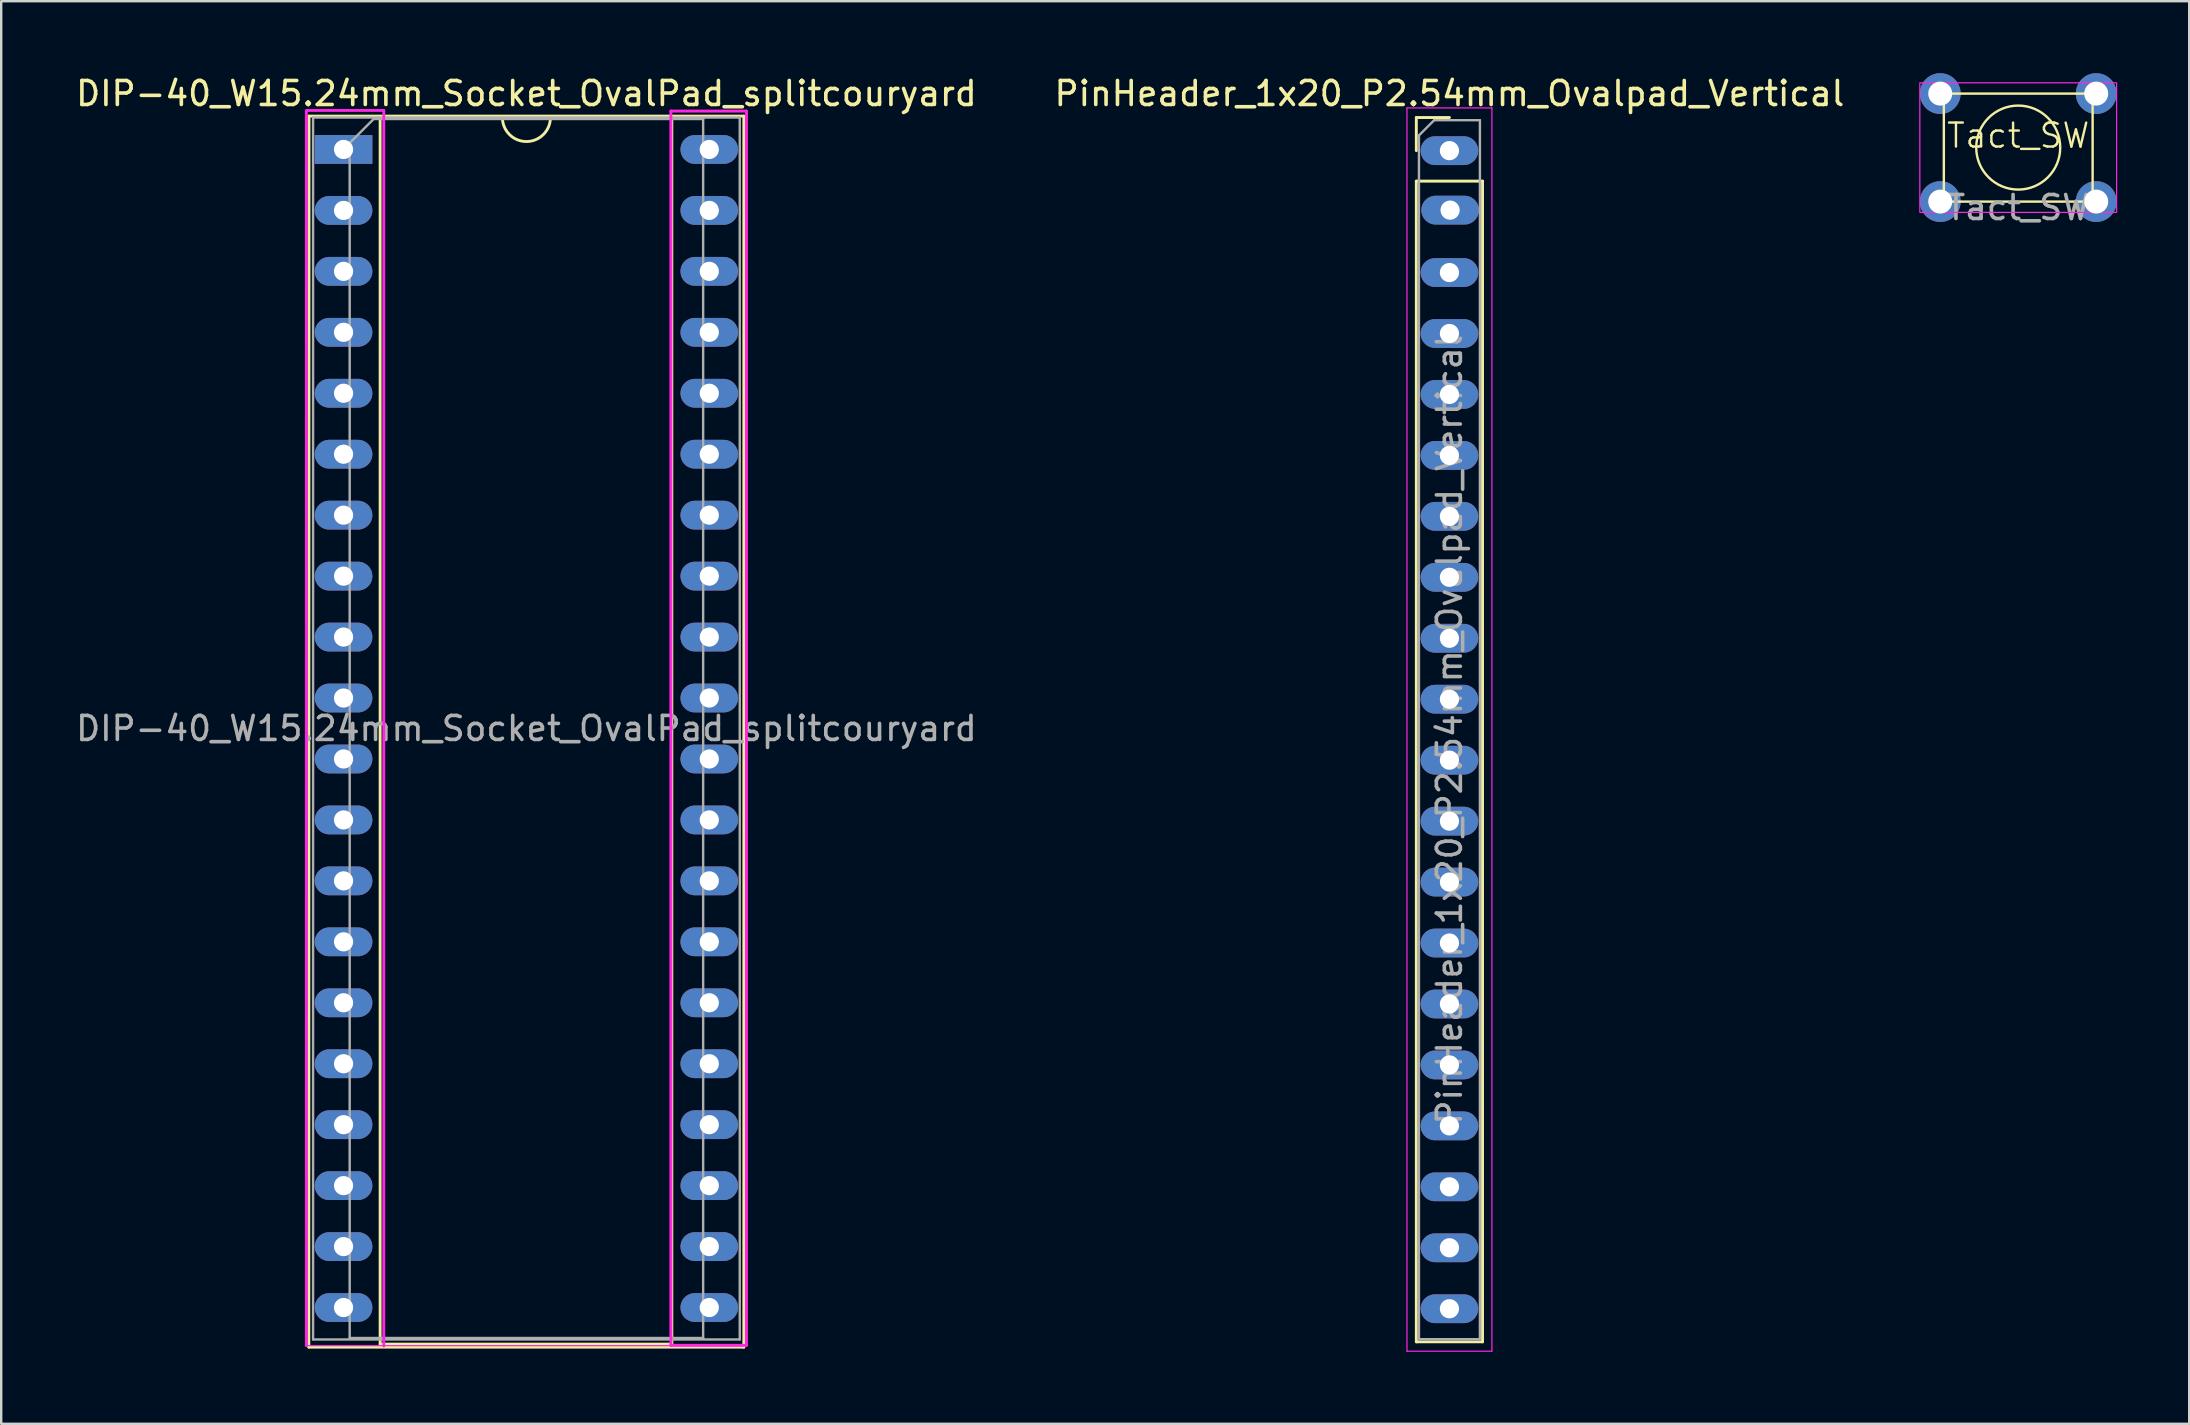
<source format=kicad_pcb>
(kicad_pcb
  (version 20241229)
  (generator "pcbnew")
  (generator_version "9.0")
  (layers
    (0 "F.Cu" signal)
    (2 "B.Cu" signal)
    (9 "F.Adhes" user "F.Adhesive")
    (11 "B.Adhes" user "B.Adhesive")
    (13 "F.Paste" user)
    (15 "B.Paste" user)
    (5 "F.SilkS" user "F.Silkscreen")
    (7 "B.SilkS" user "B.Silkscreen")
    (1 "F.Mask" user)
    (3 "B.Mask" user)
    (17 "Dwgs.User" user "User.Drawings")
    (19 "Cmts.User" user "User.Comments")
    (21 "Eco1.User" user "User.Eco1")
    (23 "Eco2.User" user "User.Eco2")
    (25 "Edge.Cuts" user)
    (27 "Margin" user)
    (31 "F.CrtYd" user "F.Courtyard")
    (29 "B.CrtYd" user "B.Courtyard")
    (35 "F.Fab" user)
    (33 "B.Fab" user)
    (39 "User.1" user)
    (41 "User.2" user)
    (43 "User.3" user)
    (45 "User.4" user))
  (footprint "Tact_SW"
    (layer "F.Cu")
    (at 81.054 3.1)
    (property "Reference" "Tact_SW" (at 0 -0.5 0) (unlocked yes) (layer "F.SilkS") (effects (font (size 1 1) (thickness 0.1))))
    (attr through_hole)
    (fp_rect (start -3.1 -2.25) (end 3.1 2.25) (stroke (width 0.1) (type default)) (fill no) (layer "F.SilkS"))
    (fp_circle (center 0 0) (end 0 1.75) (stroke (width 0.1) (type default)) (fill no) (layer "F.SilkS"))
    (fp_rect (start -4.1 -2.7) (end 4.1 2.7) (stroke (width 0.05) (type default)) (fill no) (layer "F.CrtYd"))
    (fp_text user "${REFERENCE}" (at 0 2.5 0) (unlocked yes) (layer "F.Fab") (effects (font (size 1 1) (thickness 0.15))))
    (pad "1" thru_hole circle (at -3.25 -2.25) (size 1.7 1.7) (drill 1) (layers "*.Cu" "*.Mask"))
    (pad "1" thru_hole circle (at 3.25 -2.25) (size 1.7 1.7) (drill 1) (layers "*.Cu" "*.Mask"))
    (pad "2" thru_hole circle (at -3.25 2.25) (size 1.7 1.7) (drill 1) (layers "*.Cu" "*.Mask"))
    (pad "2" thru_hole circle (at 3.25 2.25) (size 1.7 1.7) (drill 1) (layers "*.Cu" "*.Mask")))
  (footprint "PinHeader_1x20_P2.54mm_Ovalpad_Vertical"
    (layer "F.Cu")
    (at 57.351 3.228)
    (property "Reference" "PinHeader_1x20_P2.54mm_Ovalpad_Vertical" (at 0 -2.38 0) (layer "F.SilkS") (effects (font (size 1 1) (thickness 0.15))))
    (attr through_hole)
    (fp_line (start -1.38 -1.38) (end 0 -1.38) (stroke (width 0.12) (type solid)) (layer "F.SilkS"))
    (fp_line (start -1.38 0) (end -1.38 -1.38) (stroke (width 0.12) (type solid)) (layer "F.SilkS"))
    (fp_line (start -1.38 1.27) (end -1.38 49.64) (stroke (width 0.12) (type solid)) (layer "F.SilkS"))
    (fp_line (start -1.38 1.27) (end 1.38 1.27) (stroke (width 0.12) (type solid)) (layer "F.SilkS"))
    (fp_line (start -1.38 49.64) (end 1.38 49.64) (stroke (width 0.12) (type solid)) (layer "F.SilkS"))
    (fp_line (start 1.38 1.27) (end 1.38 49.64) (stroke (width 0.12) (type solid)) (layer "F.SilkS"))
    (fp_line (start -1.77 -1.78) (end -1.77 50.03) (stroke (width 0.05) (type solid)) (layer "F.CrtYd"))
    (fp_line (start -1.77 50.03) (end 1.77 50.03) (stroke (width 0.05) (type solid)) (layer "F.CrtYd"))
    (fp_line (start 1.77 -1.78) (end -1.77 -1.78) (stroke (width 0.05) (type solid)) (layer "F.CrtYd"))
    (fp_line (start 1.77 50.03) (end 1.77 -1.78) (stroke (width 0.05) (type solid)) (layer "F.CrtYd"))
    (fp_line (start -1.27 -0.635) (end -0.635 -1.27) (stroke (width 0.1) (type solid)) (layer "F.Fab"))
    (fp_line (start -1.27 49.53) (end -1.27 -0.635) (stroke (width 0.1) (type solid)) (layer "F.Fab"))
    (fp_line (start -0.635 -1.27) (end 1.27 -1.27) (stroke (width 0.1) (type solid)) (layer "F.Fab"))
    (fp_line (start 1.27 -1.27) (end 1.27 49.53) (stroke (width 0.1) (type solid)) (layer "F.Fab"))
    (fp_line (start 1.27 49.53) (end -1.27 49.53) (stroke (width 0.1) (type solid)) (layer "F.Fab"))
    (fp_text user "${REFERENCE}" (at 0 24.13 90) (layer "F.Fab") (effects (font (size 1 1) (thickness 0.15))))
    (pad "1" thru_hole oval (at 0 0) (size 2.4 1.2) (drill 0.8) (layers "*.Cu" "*.Mask"))
    (pad "2" thru_hole oval (at 0.028 2.479) (size 2.4 1.2) (drill 0.8) (layers "*.Cu" "*.Mask"))
    (pad "3" thru_hole oval (at 0 5.08) (size 2.4 1.2) (drill 0.8) (layers "*.Cu" "*.Mask"))
    (pad "4" thru_hole oval (at 0 7.62) (size 2.4 1.2) (drill 0.8) (layers "*.Cu" "*.Mask"))
    (pad "5" thru_hole oval (at 0 10.16) (size 2.4 1.2) (drill 0.8) (layers "*.Cu" "*.Mask"))
    (pad "6" thru_hole oval (at 0 12.7) (size 2.4 1.2) (drill 0.8) (layers "*.Cu" "*.Mask"))
    (pad "7" thru_hole oval (at 0 15.24) (size 2.4 1.2) (drill 0.8) (layers "*.Cu" "*.Mask"))
    (pad "8" thru_hole oval (at 0 17.78) (size 2.4 1.2) (drill 0.8) (layers "*.Cu" "*.Mask"))
    (pad "9" thru_hole oval (at 0 20.32) (size 2.4 1.2) (drill 0.8) (layers "*.Cu" "*.Mask"))
    (pad "10" thru_hole oval (at 0 22.86) (size 2.4 1.2) (drill 0.8) (layers "*.Cu" "*.Mask"))
    (pad "11" thru_hole oval (at 0 25.4) (size 2.4 1.2) (drill 0.8) (layers "*.Cu" "*.Mask"))
    (pad "12" thru_hole oval (at 0 27.94) (size 2.4 1.2) (drill 0.8) (layers "*.Cu" "*.Mask"))
    (pad "13" thru_hole oval (at 0 30.48) (size 2.4 1.2) (drill 0.8) (layers "*.Cu" "*.Mask"))
    (pad "14" thru_hole oval (at 0 33.02) (size 2.4 1.2) (drill 0.8) (layers "*.Cu" "*.Mask"))
    (pad "15" thru_hole oval (at 0 35.56) (size 2.4 1.2) (drill 0.8) (layers "*.Cu" "*.Mask"))
    (pad "16" thru_hole oval (at 0 38.1) (size 2.4 1.2) (drill 0.8) (layers "*.Cu" "*.Mask"))
    (pad "17" thru_hole oval (at 0 40.64) (size 2.4 1.2) (drill 0.8) (layers "*.Cu" "*.Mask"))
    (pad "18" thru_hole oval (at 0 43.18) (size 2.4 1.2) (drill 0.8) (layers "*.Cu" "*.Mask"))
    (pad "19" thru_hole oval (at 0 45.72) (size 2.4 1.2) (drill 0.8) (layers "*.Cu" "*.Mask"))
    (pad "20" thru_hole oval (at 0 48.26) (size 2.4 1.2) (drill 0.8) (layers "*.Cu" "*.Mask")))
  (footprint "DIP-40_W15.24mm_Socket_OvalPad_splitcouryard"
    (layer "F.Cu")
    (at 11.267 3.178)
    (property "Reference" "DIP-40_W15.24mm_Socket_OvalPad_splitcouryard" (at 7.62 -2.33 0) (layer "F.SilkS") (effects (font (size 1 1) (thickness 0.15))))
    (attr through_hole)
    (fp_line (start -1.44 -1.39) (end -1.448 49.911) (stroke (width 0.12) (type solid)) (layer "F.SilkS"))
    (fp_line (start -1.44 49.911) (end 16.68 49.911) (stroke (width 0.12) (type solid)) (layer "F.SilkS"))
    (fp_line (start 1.524 -1.33) (end 1.524 49.784) (stroke (width 0.12) (type solid)) (layer "F.SilkS"))
    (fp_line (start 1.524 49.784) (end 13.68 49.784) (stroke (width 0.12) (type solid)) (layer "F.SilkS"))
    (fp_line (start 6.62 -1.33) (end 1.56 -1.33) (stroke (width 0.12) (type solid)) (layer "F.SilkS"))
    (fp_line (start 13.68 -1.33) (end 8.62 -1.33) (stroke (width 0.12) (type solid)) (layer "F.SilkS"))
    (fp_line (start 13.68 49.784) (end 13.68 -1.33) (stroke (width 0.12) (type solid)) (layer "F.SilkS"))
    (fp_line (start 16.68 -1.39) (end -1.44 -1.39) (stroke (width 0.12) (type solid)) (layer "F.SilkS"))
    (fp_line (start 16.68 49.911) (end 16.68 -1.39) (stroke (width 0.12) (type solid)) (layer "F.SilkS"))
    (fp_arc (start 8.62 -1.33) (mid 7.62 -0.33) (end 6.62 -1.33) (stroke (width 0.12) (type solid)) (layer "F.SilkS"))
    (fp_line (start -1.55 -1.6) (end -1.55 49.85) (stroke (width 0.05) (type solid)) (layer "F.CrtYd"))
    (fp_line (start -1.55 -1.6) (end -1.55 49.85) (stroke (width 0.12) (type solid)) (layer "F.CrtYd"))
    (fp_line (start -1.55 49.85) (end 16.8 49.85) (stroke (width 0.05) (type solid)) (layer "F.CrtYd"))
    (fp_line (start 1.676 -1.626) (end -1.549 -1.626) (stroke (width 0.12) (type solid)) (layer "F.CrtYd"))
    (fp_line (start 1.676 49.86) (end 1.676 -1.626) (stroke (width 0.12) (type solid)) (layer "F.CrtYd"))
    (fp_line (start 13.64 -1.6) (end 13.64 49.835) (stroke (width 0.12) (type solid)) (layer "F.CrtYd"))
    (fp_line (start 13.64 49.835) (end 16.789 49.835) (stroke (width 0.12) (type solid)) (layer "F.CrtYd"))
    (fp_line (start 16.789 -1.6) (end 13.64 -1.6) (stroke (width 0.12) (type solid)) (layer "F.CrtYd"))
    (fp_line (start 16.789 49.835) (end 16.789 -1.6) (stroke (width 0.12) (type solid)) (layer "F.CrtYd"))
    (fp_line (start 16.8 49.85) (end 16.8 -1.6) (stroke (width 0.05) (type solid)) (layer "F.CrtYd"))
    (fp_line (start -1.27 -1.33) (end -1.27 49.59) (stroke (width 0.1) (type solid)) (layer "F.Fab"))
    (fp_line (start -1.27 49.59) (end 16.51 49.59) (stroke (width 0.1) (type solid)) (layer "F.Fab"))
    (fp_line (start 0.255 -0.27) (end 1.255 -1.27) (stroke (width 0.1) (type solid)) (layer "F.Fab"))
    (fp_line (start 0.255 49.53) (end 0.255 -0.27) (stroke (width 0.1) (type solid)) (layer "F.Fab"))
    (fp_line (start 1.255 -1.27) (end 14.985 -1.27) (stroke (width 0.1) (type solid)) (layer "F.Fab"))
    (fp_line (start 14.985 -1.27) (end 14.985 49.53) (stroke (width 0.1) (type solid)) (layer "F.Fab"))
    (fp_line (start 14.985 49.53) (end 0.255 49.53) (stroke (width 0.1) (type solid)) (layer "F.Fab"))
    (fp_line (start 16.51 -1.33) (end -1.27 -1.33) (stroke (width 0.1) (type solid)) (layer "F.Fab"))
    (fp_line (start 16.51 49.59) (end 16.51 -1.33) (stroke (width 0.1) (type solid)) (layer "F.Fab"))
    (fp_text user "${REFERENCE}" (at 7.62 24.13 0) (layer "F.Fab") (effects (font (size 1 1) (thickness 0.15))))
    (pad "1" thru_hole rect (at 0 0) (size 2.4 1.2) (drill 0.8) (layers "*.Cu" "*.Mask"))
    (pad "2" thru_hole oval (at 0 2.54) (size 2.4 1.2) (drill 0.8) (layers "*.Cu" "*.Mask"))
    (pad "3" thru_hole oval (at 0 5.08) (size 2.4 1.2) (drill 0.8) (layers "*.Cu" "*.Mask"))
    (pad "4" thru_hole oval (at 0 7.62) (size 2.4 1.2) (drill 0.8) (layers "*.Cu" "*.Mask"))
    (pad "5" thru_hole oval (at 0 10.16) (size 2.4 1.2) (drill 0.8) (layers "*.Cu" "*.Mask"))
    (pad "6" thru_hole oval (at 0 12.7) (size 2.4 1.2) (drill 0.8) (layers "*.Cu" "*.Mask"))
    (pad "7" thru_hole oval (at 0 15.24) (size 2.4 1.2) (drill 0.8) (layers "*.Cu" "*.Mask"))
    (pad "8" thru_hole oval (at 0 17.78) (size 2.4 1.2) (drill 0.8) (layers "*.Cu" "*.Mask"))
    (pad "9" thru_hole oval (at 0 20.32) (size 2.4 1.2) (drill 0.8) (layers "*.Cu" "*.Mask"))
    (pad "10" thru_hole oval (at 0 22.86) (size 2.4 1.2) (drill 0.8) (layers "*.Cu" "*.Mask"))
    (pad "11" thru_hole oval (at 0 25.4) (size 2.4 1.2) (drill 0.8) (layers "*.Cu" "*.Mask"))
    (pad "12" thru_hole oval (at 0 27.94) (size 2.4 1.2) (drill 0.8) (layers "*.Cu" "*.Mask"))
    (pad "13" thru_hole oval (at 0 30.48) (size 2.4 1.2) (drill 0.8) (layers "*.Cu" "*.Mask"))
    (pad "14" thru_hole oval (at 0 33.02) (size 2.4 1.2) (drill 0.8) (layers "*.Cu" "*.Mask"))
    (pad "15" thru_hole oval (at 0 35.56) (size 2.4 1.2) (drill 0.8) (layers "*.Cu" "*.Mask"))
    (pad "16" thru_hole oval (at 0 38.1) (size 2.4 1.2) (drill 0.8) (layers "*.Cu" "*.Mask"))
    (pad "17" thru_hole oval (at 0 40.64) (size 2.4 1.2) (drill 0.8) (layers "*.Cu" "*.Mask"))
    (pad "18" thru_hole oval (at 0 43.18) (size 2.4 1.2) (drill 0.8) (layers "*.Cu" "*.Mask"))
    (pad "19" thru_hole oval (at 0 45.72) (size 2.4 1.2) (drill 0.8) (layers "*.Cu" "*.Mask"))
    (pad "20" thru_hole oval (at 0 48.26) (size 2.4 1.2) (drill 0.8) (layers "*.Cu" "*.Mask"))
    (pad "21" thru_hole oval (at 15.24 48.26) (size 2.4 1.2) (drill 0.8) (layers "*.Cu" "*.Mask"))
    (pad "22" thru_hole oval (at 15.24 45.72) (size 2.4 1.2) (drill 0.8) (layers "*.Cu" "*.Mask"))
    (pad "23" thru_hole oval (at 15.24 43.18) (size 2.4 1.2) (drill 0.8) (layers "*.Cu" "*.Mask"))
    (pad "24" thru_hole oval (at 15.24 40.64) (size 2.4 1.2) (drill 0.8) (layers "*.Cu" "*.Mask"))
    (pad "25" thru_hole oval (at 15.24 38.1) (size 2.4 1.2) (drill 0.8) (layers "*.Cu" "*.Mask"))
    (pad "26" thru_hole oval (at 15.24 35.56) (size 2.4 1.2) (drill 0.8) (layers "*.Cu" "*.Mask"))
    (pad "27" thru_hole oval (at 15.24 33.02) (size 2.4 1.2) (drill 0.8) (layers "*.Cu" "*.Mask"))
    (pad "28" thru_hole oval (at 15.24 30.48) (size 2.4 1.2) (drill 0.8) (layers "*.Cu" "*.Mask"))
    (pad "29" thru_hole oval (at 15.24 27.94) (size 2.4 1.2) (drill 0.8) (layers "*.Cu" "*.Mask"))
    (pad "30" thru_hole oval (at 15.24 25.4) (size 2.4 1.2) (drill 0.8) (layers "*.Cu" "*.Mask"))
    (pad "31" thru_hole oval (at 15.24 22.86) (size 2.4 1.2) (drill 0.8) (layers "*.Cu" "*.Mask"))
    (pad "32" thru_hole oval (at 15.24 20.32) (size 2.4 1.2) (drill 0.8) (layers "*.Cu" "*.Mask"))
    (pad "33" thru_hole oval (at 15.24 17.78) (size 2.4 1.2) (drill 0.8) (layers "*.Cu" "*.Mask"))
    (pad "34" thru_hole oval (at 15.24 15.24) (size 2.4 1.2) (drill 0.8) (layers "*.Cu" "*.Mask"))
    (pad "35" thru_hole oval (at 15.24 12.7) (size 2.4 1.2) (drill 0.8) (layers "*.Cu" "*.Mask"))
    (pad "36" thru_hole oval (at 15.24 10.16) (size 2.4 1.2) (drill 0.8) (layers "*.Cu" "*.Mask"))
    (pad "37" thru_hole oval (at 15.24 7.62) (size 2.4 1.2) (drill 0.8) (layers "*.Cu" "*.Mask"))
    (pad "38" thru_hole oval (at 15.24 5.08) (size 2.4 1.2) (drill 0.8) (layers "*.Cu" "*.Mask"))
    (pad "39" thru_hole oval (at 15.24 2.54) (size 2.4 1.2) (drill 0.8) (layers "*.Cu" "*.Mask"))
    (pad "40" thru_hole oval (at 15.24 0) (size 2.4 1.2) (drill 0.8) (layers "*.Cu" "*.Mask")))
  (gr_rect
    (start -3 -3)
    (end 88.179 56.283)
    (stroke (width 0.1) (type default))
    (fill no)
    (layer "Edge.Cuts")))
</source>
